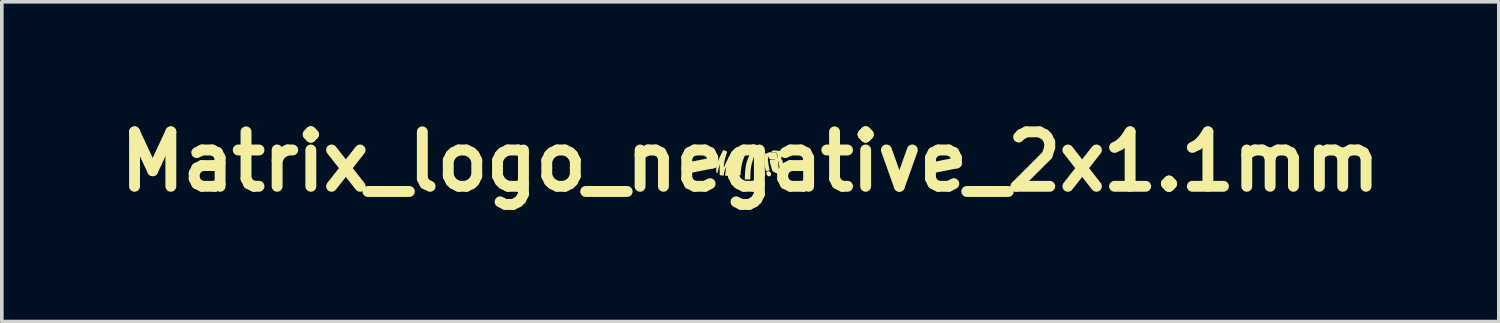
<source format=kicad_pcb>
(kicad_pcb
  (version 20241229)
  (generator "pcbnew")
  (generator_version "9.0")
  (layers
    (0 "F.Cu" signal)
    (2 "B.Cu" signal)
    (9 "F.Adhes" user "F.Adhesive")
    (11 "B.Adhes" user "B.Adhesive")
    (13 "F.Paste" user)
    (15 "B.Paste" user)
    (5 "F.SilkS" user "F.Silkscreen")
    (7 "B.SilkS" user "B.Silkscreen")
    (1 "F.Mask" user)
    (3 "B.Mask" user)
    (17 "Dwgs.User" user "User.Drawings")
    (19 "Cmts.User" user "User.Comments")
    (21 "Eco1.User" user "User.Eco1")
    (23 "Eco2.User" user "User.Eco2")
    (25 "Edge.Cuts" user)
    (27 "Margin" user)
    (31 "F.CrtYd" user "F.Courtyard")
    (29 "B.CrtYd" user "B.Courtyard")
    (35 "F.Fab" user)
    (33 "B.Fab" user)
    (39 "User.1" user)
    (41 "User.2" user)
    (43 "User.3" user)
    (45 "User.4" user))
  (footprint "Matrix_logo_negative_2x1.1mm"
    (layer "F.Cu")
    (at 17.621 1.404)
    (property "Reference" "Matrix_logo_negative_2x1.1mm" (at 0 0 0) (layer "F.SilkS") (effects (font (size 1.5 1.5) (thickness 0.3))))
    (attr board_only exclude_from_pos_files exclude_from_bom)
    (fp_poly (pts (xy 0.512 0.264) (xy 0.528 0.272) (xy 0.544 0.283) (xy 0.556 0.294) (xy 0.568 0.315) (xy 0.573 0.339) (xy 0.571 0.362) (xy 0.562 0.382) (xy 0.547 0.397) (xy 0.545 0.398) (xy 0.527 0.404) (xy 0.512 0.404) (xy 0.494 0.397) (xy 0.491 0.396) (xy 0.468 0.38) (xy 0.453 0.363) (xy 0.446 0.34) (xy 0.444 0.328) (xy 0.444 0.308) (xy 0.446 0.295) (xy 0.452 0.285) (xy 0.454 0.283) (xy 0.464 0.273) (xy 0.473 0.268) (xy 0.474 0.268) (xy 0.486 0.265) (xy 0.489 0.262) (xy 0.498 0.26)) (stroke (width 0) (type solid)) (fill yes) (layer "F.SilkS"))
    (fp_poly (pts (xy 0.074 -0.477) (xy 0.085 -0.472) (xy 0.096 -0.466) (xy 0.103 -0.459) (xy 0.103 -0.458) (xy 0.108 -0.454) (xy 0.109 -0.454) (xy 0.116 -0.451) (xy 0.128 -0.443) (xy 0.143 -0.432) (xy 0.158 -0.422) (xy 0.17 -0.414) (xy 0.175 -0.411) (xy 0.181 -0.408) (xy 0.186 -0.405) (xy 0.201 -0.392) (xy 0.21 -0.385) (xy 0.212 -0.385) (xy 0.219 -0.382) (xy 0.231 -0.374) (xy 0.244 -0.363) (xy 0.255 -0.353) (xy 0.262 -0.345) (xy 0.263 -0.343) (xy 0.26 -0.335) (xy 0.254 -0.322) (xy 0.246 -0.308) (xy 0.238 -0.296) (xy 0.233 -0.29) (xy 0.232 -0.289) (xy 0.225 -0.291) (xy 0.213 -0.297) (xy 0.208 -0.3) (xy 0.198 -0.305) (xy 0.19 -0.307) (xy 0.182 -0.307) (xy 0.175 -0.302) (xy 0.167 -0.292) (xy 0.159 -0.276) (xy 0.149 -0.254) (xy 0.137 -0.224) (xy 0.122 -0.186) (xy 0.109 -0.152) (xy 0.083 -0.081) (xy 0.062 -0.018) (xy 0.045 0.041) (xy 0.031 0.096) (xy 0.021 0.15) (xy 0.014 0.205) (xy 0.008 0.263) (xy 0.005 0.326) (xy 0.004 0.359) (xy 0.001 0.491) (xy -0.075 0.491) (xy -0.152 0.491) (xy -0.149 0.397) (xy -0.145 0.313) (xy -0.139 0.239) (xy -0.131 0.172) (xy -0.121 0.11) (xy -0.109 0.051) (xy -0.094 -0.005) (xy -0.086 -0.029) (xy -0.077 -0.055) (xy -0.064 -0.087) (xy -0.048 -0.125) (xy -0.03 -0.166) (xy -0.01 -0.207) (xy 0.009 -0.247) (xy 0.027 -0.283) (xy 0.044 -0.313) (xy 0.049 -0.322) (xy 0.076 -0.368) (xy 0.061 -0.382) (xy 0.049 -0.39) (xy 0.04 -0.395) (xy 0.039 -0.395) (xy 0.03 -0.399) (xy 0.023 -0.404) (xy 0.019 -0.409) (xy 0.018 -0.414) (xy 0.022 -0.422) (xy 0.031 -0.435) (xy 0.037 -0.443) (xy 0.05 -0.459) (xy 0.06 -0.471) (xy 0.066 -0.477) (xy 0.066 -0.478)) (stroke (width 0) (type solid)) (fill yes) (layer "F.SilkS"))
    (fp_poly (pts (xy -0.236 -0.291) (xy -0.217 -0.287) (xy -0.193 -0.277) (xy -0.17 -0.262) (xy -0.149 -0.245) (xy -0.147 -0.243) (xy -0.137 -0.232) (xy -0.131 -0.225) (xy -0.13 -0.223) (xy -0.132 -0.215) (xy -0.137 -0.2) (xy -0.145 -0.18) (xy -0.154 -0.158) (xy -0.164 -0.135) (xy -0.171 -0.119) (xy -0.18 -0.098) (xy -0.191 -0.069) (xy -0.202 -0.037) (xy -0.213 -0.004) (xy -0.216 0.008) (xy -0.236 0.083) (xy -0.25 0.167) (xy -0.261 0.258) (xy -0.266 0.32) (xy -0.269 0.379) (xy -0.327 0.379) (xy -0.385 0.379) (xy -0.382 0.338) (xy -0.372 0.241) (xy -0.356 0.15) (xy -0.333 0.061) (xy -0.323 0.028) (xy -0.316 0.005) (xy -0.311 -0.015) (xy -0.308 -0.029) (xy -0.308 -0.035) (xy -0.315 -0.039) (xy -0.321 -0.04) (xy -0.326 -0.035) (xy -0.334 -0.021) (xy -0.344 0.001) (xy -0.354 0.029) (xy -0.366 0.062) (xy -0.379 0.099) (xy -0.391 0.139) (xy -0.403 0.18) (xy -0.414 0.221) (xy -0.425 0.261) (xy -0.433 0.298) (xy -0.437 0.318) (xy -0.447 0.366) (xy -0.502 0.364) (xy -0.525 0.363) (xy -0.545 0.362) (xy -0.558 0.36) (xy -0.562 0.358) (xy -0.563 0.35) (xy -0.561 0.334) (xy -0.555 0.309) (xy -0.546 0.278) (xy -0.535 0.24) (xy -0.521 0.197) (xy -0.504 0.15) (xy -0.486 0.1) (xy -0.482 0.088) (xy -0.467 0.049) (xy -0.45 0.009) (xy -0.432 -0.034) (xy -0.41 -0.081) (xy -0.403 -0.097) (xy -0.299 -0.097) (xy -0.295 -0.094) (xy -0.29 -0.093) (xy -0.285 -0.096) (xy -0.279 -0.105) (xy -0.27 -0.121) (xy -0.259 -0.145) (xy -0.253 -0.16) (xy -0.241 -0.189) (xy -0.233 -0.212) (xy -0.23 -0.226) (xy -0.23 -0.232) (xy -0.232 -0.234) (xy -0.235 -0.234) (xy -0.238 -0.231) (xy -0.243 -0.223) (xy -0.25 -0.21) (xy -0.26 -0.189) (xy -0.271 -0.166) (xy -0.285 -0.138) (xy -0.294 -0.118) (xy -0.298 -0.105) (xy -0.299 -0.097) (xy -0.403 -0.097) (xy -0.385 -0.134) (xy -0.356 -0.195) (xy -0.337 -0.226) (xy -0.313 -0.253) (xy -0.288 -0.274) (xy -0.262 -0.287) (xy -0.236 -0.291)) (stroke (width 0) (type solid)) (fill yes) (layer "F.SilkS"))
    (fp_poly (pts (xy 0.293 -0.266) (xy 0.318 -0.263) (xy 0.337 -0.256) (xy 0.352 -0.245) (xy 0.36 -0.234) (xy 0.365 -0.227) (xy 0.368 -0.219) (xy 0.37 -0.207) (xy 0.371 -0.191) (xy 0.371 -0.167) (xy 0.371 -0.147) (xy 0.371 -0.115) (xy 0.37 -0.092) (xy 0.368 -0.075) (xy 0.365 -0.062) (xy 0.361 -0.052) (xy 0.354 -0.038) (xy 0.348 -0.03) (xy 0.347 -0.029) (xy 0.346 -0.025) (xy 0.35 -0.015) (xy 0.353 -0.009) (xy 0.356 -0.001) (xy 0.36 0.012) (xy 0.363 0.028) (xy 0.366 0.051) (xy 0.369 0.082) (xy 0.373 0.121) (xy 0.374 0.135) (xy 0.378 0.176) (xy 0.383 0.217) (xy 0.387 0.256) (xy 0.392 0.291) (xy 0.397 0.319) (xy 0.398 0.326) (xy 0.403 0.351) (xy 0.406 0.372) (xy 0.408 0.388) (xy 0.408 0.395) (xy 0.408 0.395) (xy 0.402 0.396) (xy 0.387 0.398) (xy 0.367 0.399) (xy 0.348 0.4) (xy 0.291 0.402) (xy 0.287 0.385) (xy 0.284 0.362) (xy 0.28 0.33) (xy 0.277 0.29) (xy 0.274 0.244) (xy 0.271 0.193) (xy 0.269 0.139) (xy 0.269 0.127) (xy 0.268 0.088) (xy 0.267 0.059) (xy 0.266 0.037) (xy 0.264 0.022) (xy 0.263 0.013) (xy 0.261 0.008) (xy 0.258 0.006) (xy 0.255 0.005) (xy 0.249 0.006) (xy 0.245 0.01) (xy 0.242 0.018) (xy 0.24 0.031) (xy 0.238 0.051) (xy 0.237 0.078) (xy 0.237 0.114) (xy 0.237 0.136) (xy 0.236 0.175) (xy 0.236 0.218) (xy 0.235 0.261) (xy 0.233 0.299) (xy 0.233 0.32) (xy 0.229 0.401) (xy 0.177 0.401) (xy 0.125 0.401) (xy 0.125 0.285) (xy 0.125 0.241) (xy 0.126 0.197) (xy 0.128 0.155) (xy 0.131 0.118) (xy 0.133 0.099) (xy 0.136 0.075) (xy 0.141 0.042) (xy 0.148 0.004) (xy 0.156 -0.038) (xy 0.161 -0.064) (xy 0.255 -0.064) (xy 0.258 -0.058) (xy 0.263 -0.06) (xy 0.266 -0.062) (xy 0.271 -0.073) (xy 0.275 -0.093) (xy 0.278 -0.123) (xy 0.281 -0.146) (xy 0.283 -0.167) (xy 0.285 -0.182) (xy 0.287 -0.187) (xy 0.288 -0.197) (xy 0.283 -0.199) (xy 0.279 -0.195) (xy 0.275 -0.183) (xy 0.27 -0.163) (xy 0.264 -0.132) (xy 0.258 -0.1) (xy 0.255 -0.078) (xy 0.255 -0.064) (xy 0.161 -0.064) (xy 0.164 -0.081) (xy 0.173 -0.124) (xy 0.181 -0.163) (xy 0.189 -0.199) (xy 0.196 -0.227) (xy 0.2 -0.241) (xy 0.207 -0.265) (xy 0.26 -0.267)) (stroke (width 0) (type solid)) (fill yes) (layer "F.SilkS"))
    (fp_poly (pts (xy -0.729 -0.318) (xy -0.716 -0.313) (xy -0.698 -0.306) (xy -0.679 -0.297) (xy -0.661 -0.287) (xy -0.648 -0.279) (xy -0.64 -0.273) (xy -0.639 -0.272) (xy -0.641 -0.265) (xy -0.645 -0.25) (xy -0.651 -0.23) (xy -0.659 -0.205) (xy -0.661 -0.2) (xy -0.68 -0.138) (xy -0.696 -0.078) (xy -0.709 -0.022) (xy -0.719 0.029) (xy -0.726 0.074) (xy -0.729 0.111) (xy -0.729 0.127) (xy -0.727 0.164) (xy -0.709 0.117) (xy -0.696 0.084) (xy -0.678 0.044) (xy -0.657 0.001) (xy -0.634 -0.043) (xy -0.611 -0.087) (xy -0.588 -0.126) (xy -0.568 -0.16) (xy -0.564 -0.166) (xy -0.55 -0.187) (xy -0.538 -0.205) (xy -0.53 -0.218) (xy -0.526 -0.224) (xy -0.525 -0.224) (xy -0.52 -0.223) (xy -0.509 -0.218) (xy -0.493 -0.211) (xy -0.476 -0.203) (xy -0.461 -0.195) (xy -0.45 -0.188) (xy -0.45 -0.188) (xy -0.441 -0.18) (xy -0.438 -0.174) (xy -0.44 -0.167) (xy -0.445 -0.152) (xy -0.453 -0.133) (xy -0.457 -0.124) (xy -0.476 -0.077) (xy -0.494 -0.028) (xy -0.512 0.026) (xy -0.53 0.087) (xy -0.549 0.155) (xy -0.562 0.207) (xy -0.57 0.24) (xy -0.576 0.267) (xy -0.579 0.29) (xy -0.581 0.314) (xy -0.581 0.335) (xy -0.581 0.39) (xy -0.637 0.39) (xy -0.692 0.39) (xy -0.692 0.37) (xy -0.692 0.36) (xy -0.689 0.34) (xy -0.686 0.315) (xy -0.682 0.285) (xy -0.678 0.252) (xy -0.673 0.219) (xy -0.668 0.188) (xy -0.663 0.161) (xy -0.662 0.15) (xy -0.663 0.146) (xy -0.666 0.151) (xy -0.672 0.163) (xy -0.679 0.181) (xy -0.688 0.203) (xy -0.697 0.225) (xy -0.705 0.247) (xy -0.712 0.266) (xy -0.715 0.279) (xy -0.721 0.3) (xy -0.726 0.326) (xy -0.729 0.344) (xy -0.732 0.363) (xy -0.734 0.376) (xy -0.736 0.382) (xy -0.736 0.382) (xy -0.742 0.383) (xy -0.756 0.382) (xy -0.774 0.381) (xy -0.795 0.379) (xy -0.814 0.376) (xy -0.83 0.374) (xy -0.839 0.372) (xy -0.84 0.371) (xy -0.841 0.365) (xy -0.842 0.35) (xy -0.843 0.327) (xy -0.843 0.297) (xy -0.844 0.263) (xy -0.844 0.224) (xy -0.844 0.218) (xy -0.844 0.179) (xy -0.844 0.144) (xy -0.844 0.114) (xy -0.844 0.091) (xy -0.844 0.075) (xy -0.844 0.068) (xy -0.845 0.068) (xy -0.846 0.073) (xy -0.849 0.087) (xy -0.855 0.107) (xy -0.861 0.133) (xy -0.868 0.162) (xy -0.875 0.192) (xy -0.883 0.222) (xy -0.89 0.249) (xy -0.895 0.273) (xy -0.9 0.292) (xy -0.902 0.303) (xy -0.902 0.304) (xy -0.906 0.313) (xy -0.911 0.314) (xy -0.921 0.308) (xy -0.926 0.304) (xy -0.931 0.299) (xy -0.935 0.294) (xy -0.937 0.286) (xy -0.938 0.274) (xy -0.939 0.255) (xy -0.939 0.228) (xy -0.939 0.224) (xy -0.938 0.193) (xy -0.937 0.169) (xy -0.934 0.149) (xy -0.929 0.127) (xy -0.922 0.101) (xy -0.918 0.088) (xy -0.899 0.024) (xy -0.88 -0.032) (xy -0.86 -0.084) (xy -0.838 -0.135) (xy -0.829 -0.154) (xy -0.812 -0.19) (xy -0.795 -0.224) (xy -0.778 -0.255) (xy -0.764 -0.281) (xy -0.751 -0.302) (xy -0.742 -0.315) (xy -0.737 -0.319)) (stroke (width 0) (type solid)) (fill yes) (layer "F.SilkS"))
    (fp_poly (pts (xy 0.708 -0.306) (xy 0.746 -0.302) (xy 0.774 -0.3) (xy 0.795 -0.297) (xy 0.809 -0.295) (xy 0.819 -0.292) (xy 0.824 -0.288) (xy 0.828 -0.282) (xy 0.831 -0.275) (xy 0.832 -0.271) (xy 0.844 -0.235) (xy 0.853 -0.199) (xy 0.859 -0.164) (xy 0.862 -0.134) (xy 0.86 -0.109) (xy 0.856 -0.091) (xy 0.854 -0.089) (xy 0.85 -0.081) (xy 0.85 -0.075) (xy 0.857 -0.066) (xy 0.864 -0.058) (xy 0.877 -0.042) (xy 0.886 -0.023) (xy 0.888 -0.017) (xy 0.891 -0.004) (xy 0.895 0.018) (xy 0.9 0.046) (xy 0.905 0.079) (xy 0.91 0.113) (xy 0.915 0.147) (xy 0.92 0.18) (xy 0.924 0.207) (xy 0.926 0.229) (xy 0.927 0.239) (xy 0.929 0.265) (xy 0.885 0.277) (xy 0.863 0.282) (xy 0.848 0.285) (xy 0.84 0.284) (xy 0.836 0.281) (xy 0.834 0.275) (xy 0.83 0.26) (xy 0.825 0.238) (xy 0.819 0.211) (xy 0.812 0.179) (xy 0.805 0.145) (xy 0.797 0.111) (xy 0.79 0.077) (xy 0.784 0.047) (xy 0.779 0.02) (xy 0.775 -0.001) (xy 0.772 -0.014) (xy 0.772 -0.018) (xy 0.769 -0.018) (xy 0.767 -0.016) (xy 0.765 -0.008) (xy 0.765 0.009) (xy 0.766 0.034) (xy 0.769 0.065) (xy 0.773 0.102) (xy 0.778 0.143) (xy 0.784 0.186) (xy 0.786 0.198) (xy 0.79 0.228) (xy 0.794 0.254) (xy 0.797 0.276) (xy 0.798 0.29) (xy 0.799 0.294) (xy 0.796 0.301) (xy 0.788 0.305) (xy 0.772 0.31) (xy 0.768 0.31) (xy 0.749 0.314) (xy 0.734 0.317) (xy 0.727 0.319) (xy 0.718 0.317) (xy 0.701 0.31) (xy 0.679 0.299) (xy 0.664 0.29) (xy 0.611 0.26) (xy 0.593 0.199) (xy 0.584 0.167) (xy 0.573 0.13) (xy 0.562 0.095) (xy 0.557 0.078) (xy 0.546 0.038) (xy 0.539 0.004) (xy 0.538 -0.022) (xy 0.542 -0.039) (xy 0.545 -0.043) (xy 0.549 -0.047) (xy 0.555 -0.049) (xy 0.567 -0.05) (xy 0.584 -0.05) (xy 0.61 -0.049) (xy 0.623 -0.048) (xy 0.653 -0.047) (xy 0.674 -0.046) (xy 0.686 -0.047) (xy 0.69 -0.049) (xy 0.689 -0.05) (xy 0.682 -0.053) (xy 0.666 -0.055) (xy 0.643 -0.058) (xy 0.618 -0.059) (xy 0.585 -0.061) (xy 0.56 -0.064) (xy 0.543 -0.069) (xy 0.53 -0.077) (xy 0.521 -0.088) (xy 0.512 -0.104) (xy 0.508 -0.112) (xy 0.501 -0.128) (xy 0.494 -0.139) (xy 0.49 -0.143) (xy 0.49 -0.143) (xy 0.487 -0.136) (xy 0.486 -0.12) (xy 0.486 -0.096) (xy 0.487 -0.067) (xy 0.488 -0.032) (xy 0.491 -0.005) (xy 0.497 0.048) (xy 0.506 0.107) (xy 0.519 0.168) (xy 0.526 0.201) (xy 0.531 0.222) (xy 0.531 0.236) (xy 0.525 0.243) (xy 0.512 0.246) (xy 0.494 0.247) (xy 0.479 0.248) (xy 0.472 0.25) (xy 0.472 0.252) (xy 0.47 0.256) (xy 0.459 0.257) (xy 0.455 0.257) (xy 0.446 0.257) (xy 0.439 0.255) (xy 0.434 0.251) (xy 0.428 0.243) (xy 0.424 0.23) (xy 0.418 0.211) (xy 0.412 0.185) (xy 0.404 0.15) (xy 0.4 0.13) (xy 0.395 0.102) (xy 0.391 0.076) (xy 0.389 0.048) (xy 0.389 0.015) (xy 0.389 -0.003) (xy 0.389 -0.064) (xy 0.39 -0.115) (xy 0.391 -0.156) (xy 0.393 -0.186) (xy 0.394 -0.207) (xy 0.396 -0.218) (xy 0.397 -0.219) (xy 0.405 -0.223) (xy 0.421 -0.225) (xy 0.431 -0.226) (xy 0.451 -0.227) (xy 0.464 -0.231) (xy 0.466 -0.233) (xy 0.474 -0.238) (xy 0.489 -0.245) (xy 0.504 -0.252) (xy 0.517 -0.256) (xy 0.527 -0.259) (xy 0.537 -0.26) (xy 0.55 -0.261) (xy 0.567 -0.26) (xy 0.591 -0.258) (xy 0.623 -0.255) (xy 0.626 -0.255) (xy 0.656 -0.252) (xy 0.682 -0.249) (xy 0.702 -0.246) (xy 0.715 -0.244) (xy 0.719 -0.243) (xy 0.721 -0.236) (xy 0.725 -0.221) (xy 0.729 -0.201) (xy 0.732 -0.182) (xy 0.738 -0.147) (xy 0.743 -0.12) (xy 0.748 -0.101) (xy 0.752 -0.09) (xy 0.754 -0.089) (xy 0.754 -0.095) (xy 0.754 -0.11) (xy 0.751 -0.13) (xy 0.748 -0.153) (xy 0.745 -0.177) (xy 0.74 -0.2) (xy 0.737 -0.216) (xy 0.734 -0.229) (xy 0.731 -0.239) (xy 0.726 -0.246) (xy 0.719 -0.251) (xy 0.707 -0.255) (xy 0.689 -0.258) (xy 0.662 -0.26) (xy 0.638 -0.263) (xy 0.614 -0.266) (xy 0.594 -0.269) (xy 0.581 -0.271) (xy 0.576 -0.273) (xy 0.58 -0.277) (xy 0.591 -0.285) (xy 0.606 -0.294) (xy 0.637 -0.312)) (stroke (width 0) (type solid)) (fill yes) (layer "F.SilkS")))
  (gr_rect
    (start -3 -3)
    (end 38.243 5.808)
    (stroke (width 0.1) (type default))
    (fill no)
    (layer "Edge.Cuts")))
</source>
